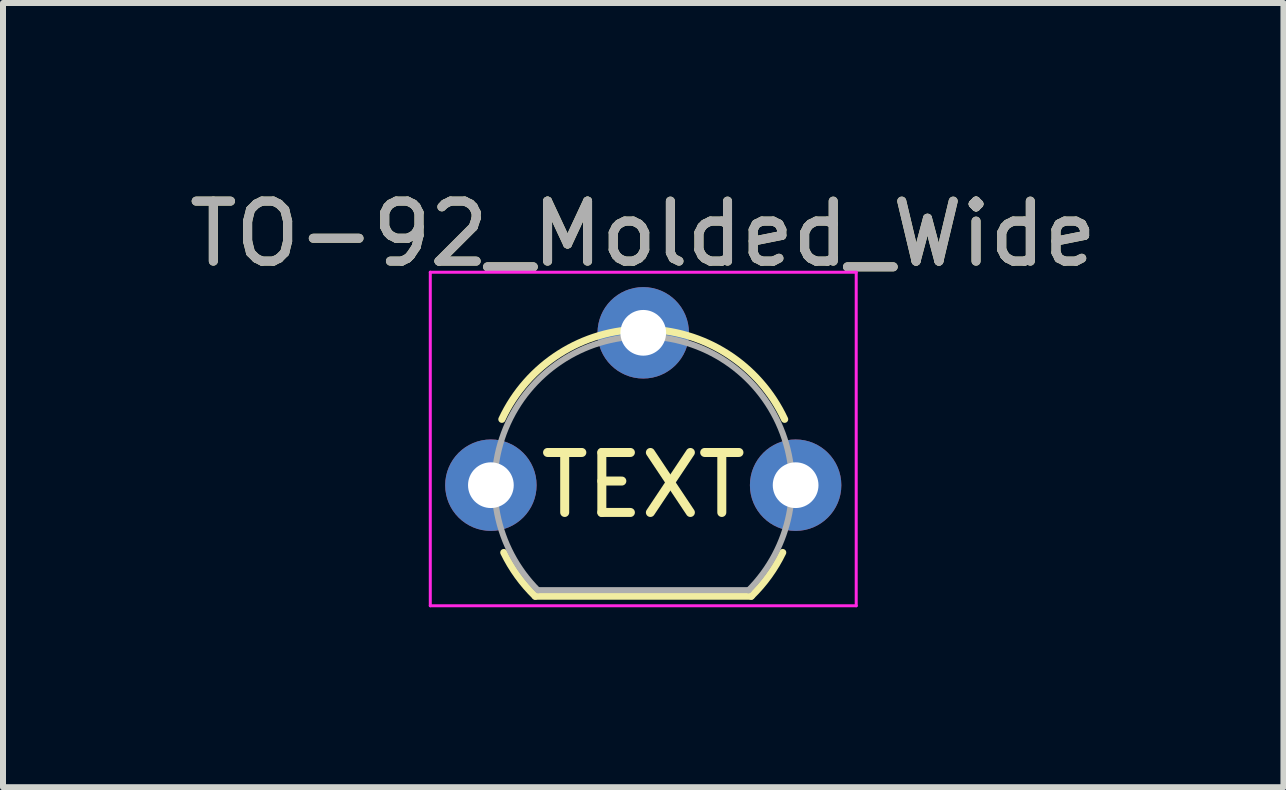
<source format=kicad_pcb>
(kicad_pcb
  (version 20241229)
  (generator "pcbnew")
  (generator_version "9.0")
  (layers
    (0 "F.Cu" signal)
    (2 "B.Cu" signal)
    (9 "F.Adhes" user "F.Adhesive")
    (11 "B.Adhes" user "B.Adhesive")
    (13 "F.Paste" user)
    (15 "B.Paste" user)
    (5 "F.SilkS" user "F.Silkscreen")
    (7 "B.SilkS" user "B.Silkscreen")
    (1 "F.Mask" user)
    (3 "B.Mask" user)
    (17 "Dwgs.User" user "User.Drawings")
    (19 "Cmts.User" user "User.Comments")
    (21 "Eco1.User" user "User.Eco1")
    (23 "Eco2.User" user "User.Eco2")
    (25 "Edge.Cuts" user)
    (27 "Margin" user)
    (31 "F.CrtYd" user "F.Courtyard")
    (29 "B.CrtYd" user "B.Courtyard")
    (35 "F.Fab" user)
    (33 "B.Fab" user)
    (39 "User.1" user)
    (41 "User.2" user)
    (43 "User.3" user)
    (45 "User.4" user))
  (footprint "TO-92_Molded_Wide"
    (layer "F.Cu")
    (at 5.133 5.038)
    (property "Reference" "TO-92_Molded_Wide" (at 2.54 -4.19 180) (layer "F.SilkS") (effects (font (size 1 1) (thickness 0.15))))
    (attr through_hole)
    (fp_line (start 0.74 1.85) (end 4.34 1.85) (stroke (width 0.12) (type solid)) (layer "F.SilkS"))
    (fp_arc (start 0.1836 -1.098807) (mid 1.143021 -2.192817) (end 2.54 -2.6) (stroke (width 0.12) (type solid)) (layer "F.SilkS"))
    (fp_arc (start 0.74 1.85) (mid 0.446097 1.509328) (end 0.215816 1.122795) (stroke (width 0.12) (type solid)) (layer "F.SilkS"))
    (fp_arc (start 2.54 -2.6) (mid 3.936979 -2.192818) (end 4.8964 -1.098807) (stroke (width 0.12) (type solid)) (layer "F.SilkS"))
    (fp_arc (start 4.864184 1.122795) (mid 4.633903 1.509328) (end 4.34 1.85) (stroke (width 0.12) (type solid)) (layer "F.SilkS"))
    (fp_line (start -1.01 -3.55) (end -1.01 2.01) (stroke (width 0.05) (type solid)) (layer "F.CrtYd"))
    (fp_line (start -1.01 -3.55) (end 6.09 -3.55) (stroke (width 0.05) (type solid)) (layer "F.CrtYd"))
    (fp_line (start 6.09 2.01) (end -1.01 2.01) (stroke (width 0.05) (type solid)) (layer "F.CrtYd"))
    (fp_line (start 6.09 2.01) (end 6.09 -3.55) (stroke (width 0.05) (type solid)) (layer "F.CrtYd"))
    (fp_line (start 0.8 1.75) (end 4.3 1.75) (stroke (width 0.1) (type solid)) (layer "F.Fab"))
    (fp_arc (start 0.786375 1.753625) (mid 0.248779 -0.949055) (end 2.54 -2.48) (stroke (width 0.1) (type solid)) (layer "F.Fab"))
    (fp_arc (start 2.54 -2.48) (mid 4.831221 -0.949055) (end 4.293625 1.753625) (stroke (width 0.1) (type solid)) (layer "F.Fab"))
    (fp_text user "TEXT" (at 2.54 0 0) (layer "F.SilkS") (effects (font (size 1 1) (thickness 0.15))))
    (fp_text user "${REFERENCE}" (at 2.54 -4.19 180) (layer "F.Fab") (effects (font (size 1 1) (thickness 0.15))))
    (pad "1" thru_hole circle (at 0 0) (size 1.524 1.524) (drill 0.762) (layers "*.Cu" "*.Mask"))
    (pad "2" thru_hole circle (at 2.54 -2.54) (size 1.524 1.524) (drill 0.762) (layers "*.Cu" "*.Mask"))
    (pad "3" thru_hole circle (at 5.08 0) (size 1.524 1.524) (drill 0.762) (layers "*.Cu" "*.Mask")))
  (gr_rect
    (start -3 -3)
    (end 18.345 10.073)
    (stroke (width 0.1) (type default))
    (fill no)
    (layer "Edge.Cuts")))
</source>
